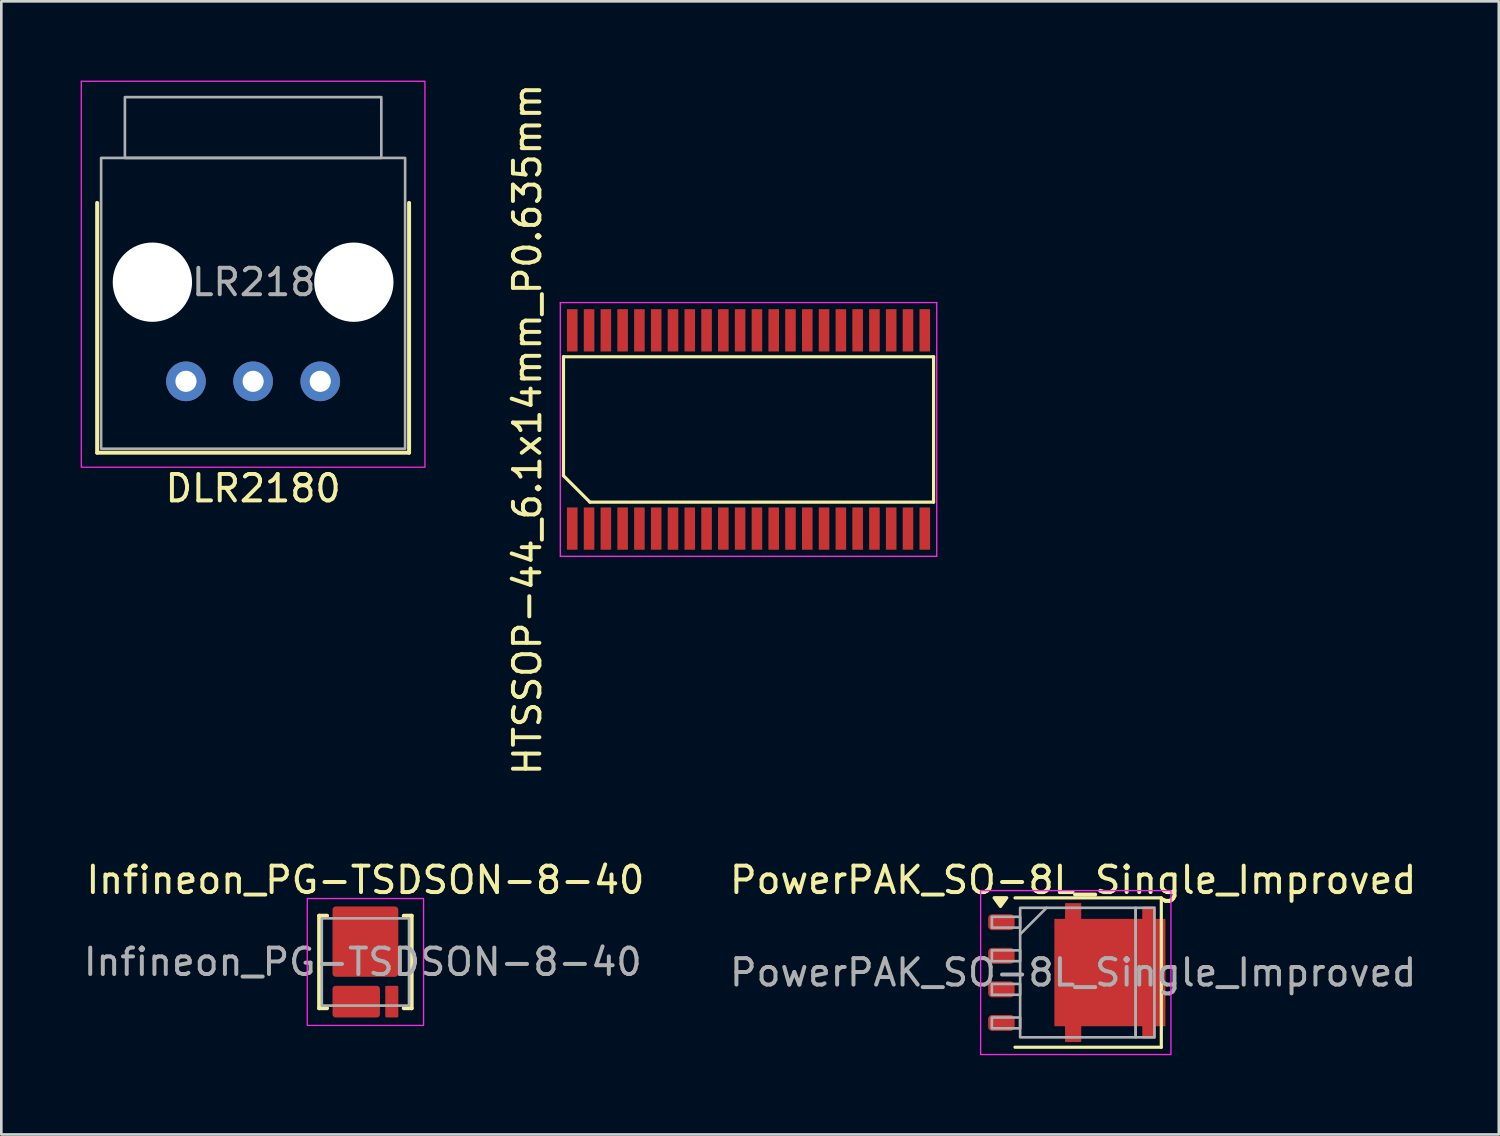
<source format=kicad_pcb>
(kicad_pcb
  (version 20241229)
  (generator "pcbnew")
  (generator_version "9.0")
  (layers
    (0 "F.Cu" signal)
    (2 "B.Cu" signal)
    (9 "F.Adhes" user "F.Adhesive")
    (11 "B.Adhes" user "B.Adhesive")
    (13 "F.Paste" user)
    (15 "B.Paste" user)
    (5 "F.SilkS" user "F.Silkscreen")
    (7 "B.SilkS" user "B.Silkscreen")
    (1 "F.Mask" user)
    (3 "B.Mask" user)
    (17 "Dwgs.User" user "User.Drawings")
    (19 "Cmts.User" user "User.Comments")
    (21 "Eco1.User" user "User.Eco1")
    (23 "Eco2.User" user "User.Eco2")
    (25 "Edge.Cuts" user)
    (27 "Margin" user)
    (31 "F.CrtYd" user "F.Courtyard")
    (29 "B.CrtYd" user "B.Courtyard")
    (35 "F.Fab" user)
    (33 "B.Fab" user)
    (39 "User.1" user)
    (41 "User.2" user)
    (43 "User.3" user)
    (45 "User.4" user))
  (footprint "HTSSOP-44_6.1x14mm_P0.635mm"
    (layer "F.Cu")
    (at 25.266 13.196)
    (property "Reference" "HTSSOP-44_6.1x14mm_P0.635mm" (at -8.367 0 90) (layer "F.SilkS") (effects (font (size 1 1) (thickness 0.15))))
    (attr smd)
    (fp_line (start -7 -2.75) (end 7 -2.75) (stroke (width 0.12) (type default)) (layer "F.SilkS"))
    (fp_line (start -7 1.75) (end -7 -2.75) (stroke (width 0.12) (type default)) (layer "F.SilkS"))
    (fp_line (start -6 2.75) (end -7 1.75) (stroke (width 0.12) (type default)) (layer "F.SilkS"))
    (fp_line (start 7 -2.75) (end 7 2.75) (stroke (width 0.12) (type default)) (layer "F.SilkS"))
    (fp_line (start 7 2.75) (end -6 2.75) (stroke (width 0.12) (type default)) (layer "F.SilkS"))
    (fp_line (start -7.12 -4.8) (end 7.12 -4.8) (stroke (width 0.05) (type default)) (layer "F.CrtYd"))
    (fp_line (start -7.12 4.8) (end -7.12 -4.8) (stroke (width 0.05) (type default)) (layer "F.CrtYd"))
    (fp_line (start 7.12 -4.8) (end 7.12 4.8) (stroke (width 0.05) (type default)) (layer "F.CrtYd"))
    (fp_line (start 7.12 4.8) (end -7.12 4.8) (stroke (width 0.05) (type default)) (layer "F.CrtYd"))
    (pad "1" smd rect (at -6.668 3.75) (size 0.4 1.6) (layers "F.Cu" "F.Mask" "F.Paste"))
    (pad "2" smd rect (at -6.032 3.75) (size 0.4 1.6) (layers "F.Cu" "F.Mask" "F.Paste"))
    (pad "3" smd rect (at -5.397 3.75) (size 0.4 1.6) (layers "F.Cu" "F.Mask" "F.Paste"))
    (pad "4" smd rect (at -4.763 3.75) (size 0.4 1.6) (layers "F.Cu" "F.Mask" "F.Paste"))
    (pad "5" smd rect (at -4.128 3.75) (size 0.4 1.6) (layers "F.Cu" "F.Mask" "F.Paste"))
    (pad "6" smd rect (at -3.493 3.75) (size 0.4 1.6) (layers "F.Cu" "F.Mask" "F.Paste"))
    (pad "7" smd rect (at -2.857 3.75) (size 0.4 1.6) (layers "F.Cu" "F.Mask" "F.Paste"))
    (pad "8" smd rect (at -2.223 3.75) (size 0.4 1.6) (layers "F.Cu" "F.Mask" "F.Paste"))
    (pad "9" smd rect (at -1.587 3.75) (size 0.4 1.6) (layers "F.Cu" "F.Mask" "F.Paste"))
    (pad "10" smd rect (at -0.953 3.75) (size 0.4 1.6) (layers "F.Cu" "F.Mask" "F.Paste"))
    (pad "11" smd rect (at -0.318 3.75) (size 0.4 1.6) (layers "F.Cu" "F.Mask" "F.Paste"))
    (pad "12" smd rect (at 0.318 3.75) (size 0.4 1.6) (layers "F.Cu" "F.Mask" "F.Paste"))
    (pad "13" smd rect (at 0.953 3.75) (size 0.4 1.6) (layers "F.Cu" "F.Mask" "F.Paste"))
    (pad "14" smd rect (at 1.587 3.75) (size 0.4 1.6) (layers "F.Cu" "F.Mask" "F.Paste"))
    (pad "15" smd rect (at 2.223 3.75) (size 0.4 1.6) (layers "F.Cu" "F.Mask" "F.Paste"))
    (pad "16" smd rect (at 2.857 3.75) (size 0.4 1.6) (layers "F.Cu" "F.Mask" "F.Paste"))
    (pad "17" smd rect (at 3.493 3.75) (size 0.4 1.6) (layers "F.Cu" "F.Mask" "F.Paste"))
    (pad "18" smd rect (at 4.128 3.75) (size 0.4 1.6) (layers "F.Cu" "F.Mask" "F.Paste"))
    (pad "19" smd rect (at 4.763 3.75) (size 0.4 1.6) (layers "F.Cu" "F.Mask" "F.Paste"))
    (pad "20" smd rect (at 5.397 3.75) (size 0.4 1.6) (layers "F.Cu" "F.Mask" "F.Paste"))
    (pad "21" smd rect (at 6.032 3.75) (size 0.4 1.6) (layers "F.Cu" "F.Mask" "F.Paste"))
    (pad "22" smd rect (at 6.668 3.75) (size 0.4 1.6) (layers "F.Cu" "F.Mask" "F.Paste"))
    (pad "23" smd rect (at 6.668 -3.75) (size 0.4 1.6) (layers "F.Cu" "F.Mask" "F.Paste"))
    (pad "24" smd rect (at 6.032 -3.75) (size 0.4 1.6) (layers "F.Cu" "F.Mask" "F.Paste"))
    (pad "25" smd rect (at 5.397 -3.75) (size 0.4 1.6) (layers "F.Cu" "F.Mask" "F.Paste"))
    (pad "26" smd rect (at 4.763 -3.75) (size 0.4 1.6) (layers "F.Cu" "F.Mask" "F.Paste"))
    (pad "27" smd rect (at 4.128 -3.75) (size 0.4 1.6) (layers "F.Cu" "F.Mask" "F.Paste"))
    (pad "28" smd rect (at 3.493 -3.75) (size 0.4 1.6) (layers "F.Cu" "F.Mask" "F.Paste"))
    (pad "29" smd rect (at 2.857 -3.75) (size 0.4 1.6) (layers "F.Cu" "F.Mask" "F.Paste"))
    (pad "30" smd rect (at 2.223 -3.75) (size 0.4 1.6) (layers "F.Cu" "F.Mask" "F.Paste"))
    (pad "31" smd rect (at 1.587 -3.75) (size 0.4 1.6) (layers "F.Cu" "F.Mask" "F.Paste"))
    (pad "32" smd rect (at 0.953 -3.75) (size 0.4 1.6) (layers "F.Cu" "F.Mask" "F.Paste"))
    (pad "33" smd rect (at 0.318 -3.75) (size 0.4 1.6) (layers "F.Cu" "F.Mask" "F.Paste"))
    (pad "34" smd rect (at -0.318 -3.75) (size 0.4 1.6) (layers "F.Cu" "F.Mask" "F.Paste"))
    (pad "35" smd rect (at -0.953 -3.75) (size 0.4 1.6) (layers "F.Cu" "F.Mask" "F.Paste"))
    (pad "36" smd rect (at -1.587 -3.75) (size 0.4 1.6) (layers "F.Cu" "F.Mask" "F.Paste"))
    (pad "37" smd rect (at -2.223 -3.75) (size 0.4 1.6) (layers "F.Cu" "F.Mask" "F.Paste"))
    (pad "38" smd rect (at -2.857 -3.75) (size 0.4 1.6) (layers "F.Cu" "F.Mask" "F.Paste"))
    (pad "39" smd rect (at -3.493 -3.75) (size 0.4 1.6) (layers "F.Cu" "F.Mask" "F.Paste"))
    (pad "40" smd rect (at -4.128 -3.75) (size 0.4 1.6) (layers "F.Cu" "F.Mask" "F.Paste"))
    (pad "41" smd rect (at -4.763 -3.75) (size 0.4 1.6) (layers "F.Cu" "F.Mask" "F.Paste"))
    (pad "42" smd rect (at -5.397 -3.75) (size 0.4 1.6) (layers "F.Cu" "F.Mask" "F.Paste"))
    (pad "43" smd rect (at -6.032 -3.75) (size 0.4 1.6) (layers "F.Cu" "F.Mask" "F.Paste"))
    (pad "44" smd rect (at -6.668 -3.75) (size 0.4 1.6) (layers "F.Cu" "F.Mask" "F.Paste")))
  (footprint "PowerPAK_SO-8L_Single_Improved"
    (layer "F.Cu")
    (at 37.546 33.741)
    (property "Reference" "PowerPAK_SO-8L_Single_Improved" (at 0 -3.5 0) (layer "F.SilkS") (effects (font (size 1 1) (thickness 0.15))))
    (attr smd)
    (fp_line (start -2.2 -2.825) (end 3.335 -2.825) (stroke (width 0.12) (type solid)) (layer "F.SilkS"))
    (fp_line (start -2.2 2.825) (end 3.335 2.825) (stroke (width 0.12) (type solid)) (layer "F.SilkS"))
    (fp_line (start 3.335 -2.825) (end 3.335 2.825) (stroke (width 0.12) (type solid)) (layer "F.SilkS"))
    (fp_poly (pts (xy -2.75 -2.5) (xy -2.51 -2.83) (xy -2.99 -2.83) (xy -2.75 -2.5)) (stroke (width 0.12) (type solid)) (fill yes) (layer "F.SilkS"))
    (fp_rect (start -3.5 -3.1) (end 3.7 3.1) (stroke (width 0.05) (type default)) (fill no) (layer "F.CrtYd"))
    (fp_line (start -2.005 -1.45) (end -1.005 -2.45) (stroke (width 0.1) (type default)) (layer "F.Fab"))
    (fp_rect (start -3.075 -2.11) (end -2.005 -1.7) (stroke (width 0.1) (type default)) (fill no) (layer "F.Fab"))
    (fp_rect (start -3.075 -0.84) (end -2.005 -0.43) (stroke (width 0.1) (type default)) (fill no) (layer "F.Fab"))
    (fp_rect (start -3.075 0.43) (end -2.005 0.84) (stroke (width 0.1) (type default)) (fill no) (layer "F.Fab"))
    (fp_rect (start -3.075 1.7) (end -2.005 2.11) (stroke (width 0.1) (type default)) (fill no) (layer "F.Fab"))
    (fp_rect (start -2.005 -2.45) (end 2.365 2.45) (stroke (width 0.1) (type default)) (fill no) (layer "F.Fab"))
    (fp_rect (start 2.365 -2.45) (end 3.075 2.45) (stroke (width 0.1) (type default)) (fill no) (layer "F.Fab"))
    (fp_text user "${REFERENCE}" (at 0 0 0) (layer "F.Fab") (effects (font (size 1 1) (thickness 0.15))))
    (pad "" smd roundrect (at 0.107 -0.965) (size 1.645 1.63) (layers "F.Paste") (roundrect_rratio 0.25))
    (pad "" smd roundrect (at 0.107 0.965) (size 1.645 1.63) (layers "F.Paste") (roundrect_rratio 0.25))
    (pad "" smd roundrect (at 2.053 -0.965) (size 1.645 1.63) (layers "F.Paste") (roundrect_rratio 0.25))
    (pad "" smd roundrect (at 2.053 0.965) (size 1.645 1.63) (layers "F.Paste") (roundrect_rratio 0.25))
    (pad "1" smd roundrect (at -2.715 -1.905) (size 1 0.6) (layers "F.Cu" "F.Mask" "F.Paste") (roundrect_rratio 0.25))
    (pad "2" smd roundrect (at -2.715 -0.635) (size 1 0.6) (layers "F.Cu" "F.Mask" "F.Paste") (roundrect_rratio 0.25))
    (pad "3" smd roundrect (at -2.715 0.635) (size 1 0.6) (layers "F.Cu" "F.Mask" "F.Paste") (roundrect_rratio 0.25))
    (pad "4" smd roundrect (at -2.715 1.905) (size 1 0.6) (layers "F.Cu" "F.Mask" "F.Paste") (roundrect_rratio 0.25))
    (pad "5" smd rect (at 0 -2.313) (size 0.61 0.626) (layers "F.Cu" "F.Mask" "F.Paste"))
    (pad "5" smd rect (at 0 2.313) (size 0.61 0.626) (layers "F.Cu" "F.Mask" "F.Paste"))
    (pad "5" smd rect (at 1.39 0) (size 4.2 4.061) (layers "F.Cu" "F.Mask"))
    (pad "5" smd rect (at 2.87 -2.25) (size 0.51 0.5) (layers "F.Cu" "F.Mask" "F.Paste"))
    (pad "5" smd rect (at 2.87 2.25) (size 0.51 0.5) (layers "F.Cu" "F.Mask" "F.Paste")))
  (footprint "Infineon_PG-TSDSON-8-40"
    (layer "F.Cu")
    (at 10.773 33.341)
    (property "Reference" "Infineon_PG-TSDSON-8-40" (at 0 -3.1 0) (unlocked yes) (layer "F.SilkS") (effects (font (size 1 1) (thickness 0.15))))
    (attr smd)
    (fp_line (start -1.75 -1.75) (end -1.75 1.75) (stroke (width 0.15) (type default)) (layer "F.SilkS"))
    (fp_line (start -1.75 -1.75) (end -1.45 -1.75) (stroke (width 0.15) (type default)) (layer "F.SilkS"))
    (fp_line (start -1.75 1.75) (end -1.45 1.75) (stroke (width 0.15) (type default)) (layer "F.SilkS"))
    (fp_line (start 1.75 -1.75) (end 1.45 -1.75) (stroke (width 0.15) (type default)) (layer "F.SilkS"))
    (fp_line (start 1.75 -1.75) (end 1.75 1.75) (stroke (width 0.15) (type default)) (layer "F.SilkS"))
    (fp_line (start 1.75 1.75) (end 1.45 1.75) (stroke (width 0.15) (type default)) (layer "F.SilkS"))
    (fp_rect (start -2.2 -2.4) (end 2.2 2.4) (stroke (width 0.05) (type default)) (fill no) (layer "F.CrtYd"))
    (fp_rect (start -1.65 -1.65) (end 1.65 1.65) (stroke (width 0.1) (type default)) (fill no) (layer "F.Fab"))
    (fp_text user "${REFERENCE}" (at -0.1 0 0) (unlocked yes) (layer "F.Fab") (effects (font (size 1 1) (thickness 0.15))))
    (pad "" smd custom (at -0.325 1.5) (size 0.3 0.3) (layers "F.Mask") (options (anchor circle)) (primitives (gr_rect (start -0.12 -0.35) (end 0.12 0.45) (width 0.1) (fill yes)) (gr_rect (start -0.77 -0.45) (end 0.77 -0.1) (width 0.1) (fill yes)) (gr_rect (start -0.77 -0.35) (end -0.53 0.45) (width 0.1) (fill yes)) (gr_rect (start 0.53 -0.35) (end 0.77 0.45) (width 0.1) (fill yes))))
    (pad "" smd custom (at -0.005 -0.1) (size 0.3 0.3) (layers "F.Mask") (options (anchor circle)) (primitives (gr_rect (start -1.09 -1.1) (end 1.1 0.51) (width 0.1) (fill yes)) (gr_rect (start -1.09 -1.85) (end -0.85 -0.9) (width 0.1) (fill yes)) (gr_rect (start -0.44 -1.85) (end -0.2 -0.9) (width 0.1) (fill yes)) (gr_rect (start 0.21 -1.85) (end 0.45 -0.9) (width 0.1) (fill yes)) (gr_rect (start 0.86 -1.85) (end 1.1 -0.9) (width 0.1) (fill yes))))
    (pad "" smd roundrect (at 0.975 1.5) (size 0.34 1) (layers "F.Mask") (roundrect_rratio 0.1))
    (pad "1" smd roundrect (at -0.347 1.5) (size 1.795 1.2) (layers "F.Cu") (roundrect_rratio 0.1))
    (pad "2" smd roundrect (at 0.998 1.5) (size 0.495 1.2) (layers "F.Cu") (roundrect_rratio 0.1))
    (pad "3" smd roundrect (at 0 -0.77) (size 2.49 2.66) (layers "F.Cu") (roundrect_rratio 0.05)))
  (footprint "DLR2180"
    (layer "F.Cu")
    (at 6.525 7.625)
    (property "Reference" "DLR2180" (at 0 7.8 0) (layer "F.SilkS") (effects (font (size 1 1) (thickness 0.15))))
    (attr through_hole)
    (fp_line (start -5.9 6.45) (end -5.9 -3) (stroke (width 0.15) (type default)) (layer "F.SilkS"))
    (fp_line (start -5.9 6.45) (end 5.9 6.45) (stroke (width 0.15) (type default)) (layer "F.SilkS"))
    (fp_line (start 5.9 6.45) (end 5.9 -3) (stroke (width 0.15) (type default)) (layer "F.SilkS"))
    (fp_rect (start -6.5 -7.6) (end 6.5 7) (stroke (width 0.05) (type default)) (fill no) (layer "F.CrtYd"))
    (fp_rect (start -5.75 -4.7) (end 5.75 6.3) (stroke (width 0.1) (type default)) (fill no) (layer "F.Fab"))
    (fp_rect (start -4.85 -7) (end 4.85 -4.7) (stroke (width 0.1) (type default)) (fill no) (layer "F.Fab"))
    (fp_text user "${REFERENCE}" (at 0 0 0) (layer "F.Fab") (effects (font (size 1 1) (thickness 0.15))))
    (pad "" np_thru_hole circle (at -3.81 0) (size 3 3) (drill 3) (layers "*.Cu" "*.Mask"))
    (pad "" np_thru_hole circle (at 3.81 0) (size 3 3) (drill 3) (layers "*.Cu" "*.Mask"))
    (pad "1" thru_hole circle (at -2.54 3.75) (size 1.5 1.5) (drill 0.8) (layers "*.Cu" "*.Mask"))
    (pad "2" thru_hole circle (at 0 3.75) (size 1.5 1.5) (drill 0.8) (layers "*.Cu" "*.Mask"))
    (pad "3" thru_hole circle (at 2.54 3.75) (size 1.5 1.5) (drill 0.8) (layers "*.Cu" "*.Mask")))
  (gr_rect
    (start -3 -3)
    (end 53.648 39.866)
    (stroke (width 0.1) (type default))
    (fill no)
    (layer "Edge.Cuts")))
</source>
